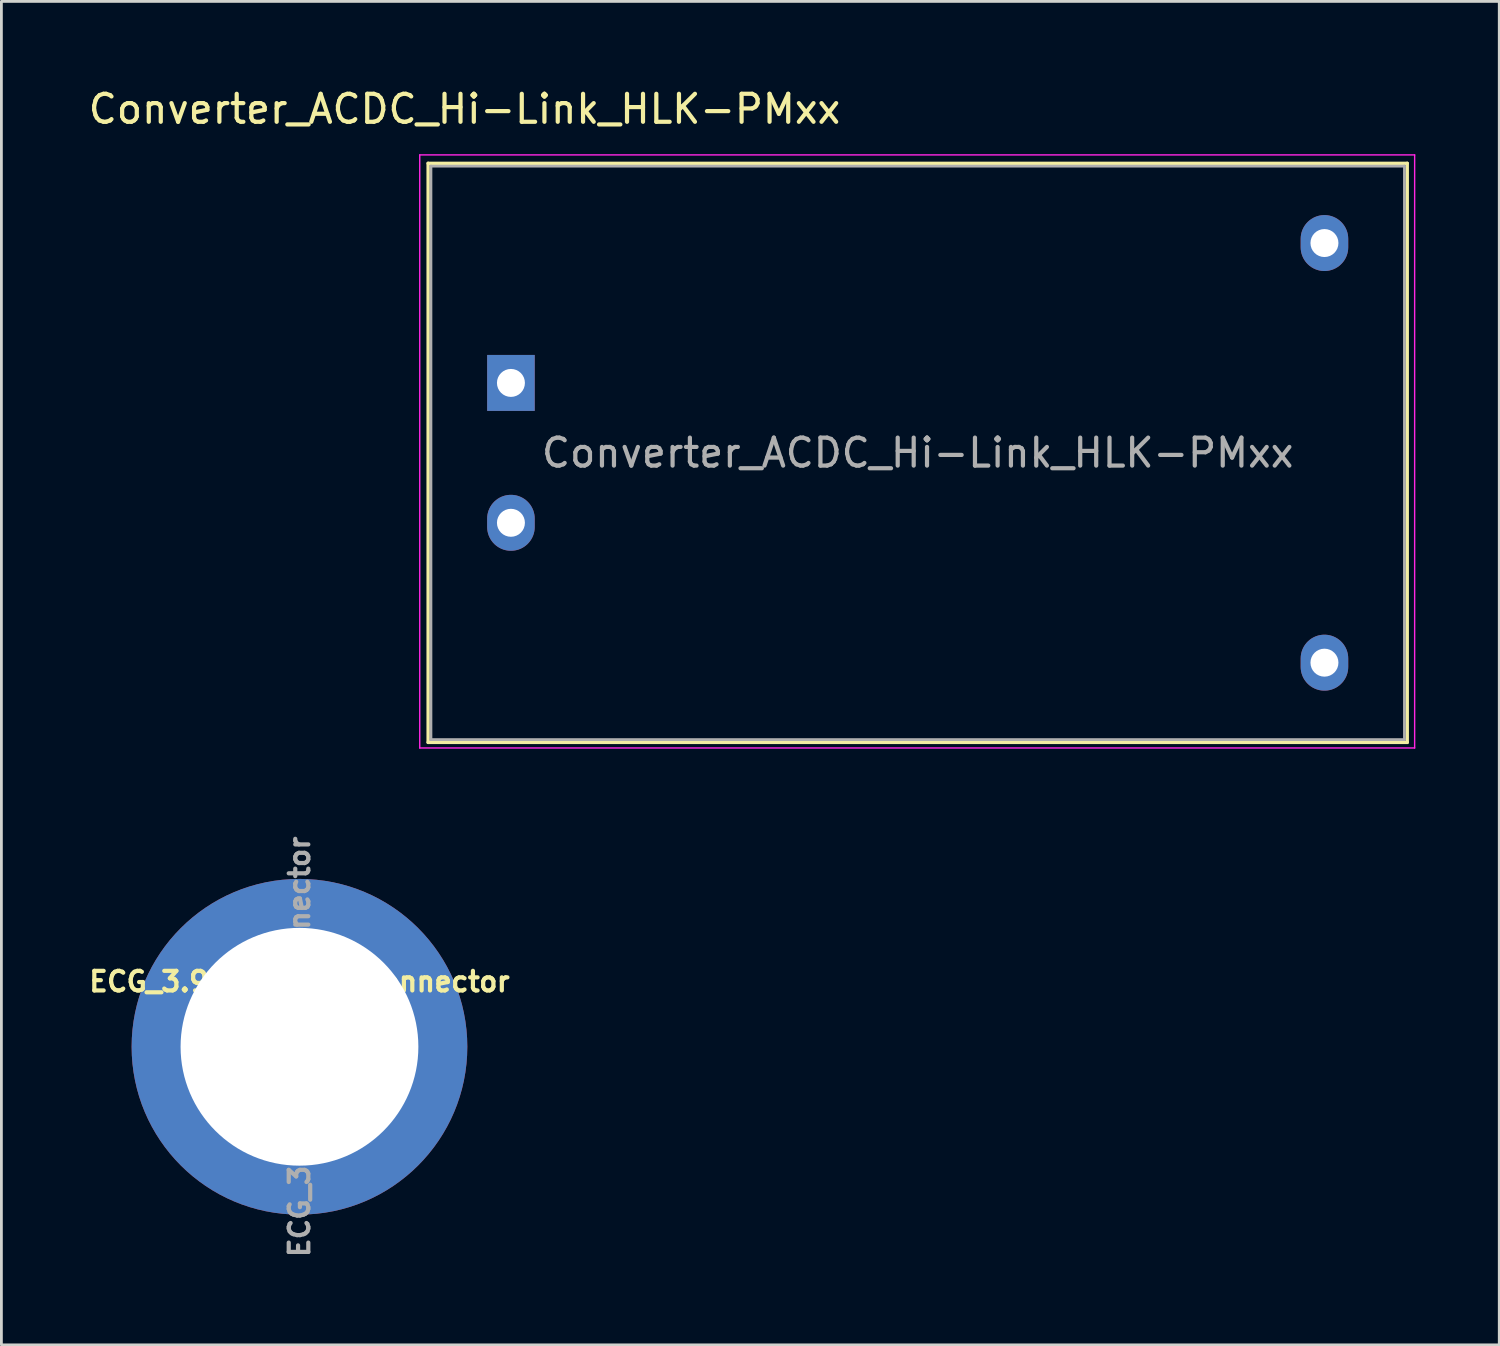
<source format=kicad_pcb>
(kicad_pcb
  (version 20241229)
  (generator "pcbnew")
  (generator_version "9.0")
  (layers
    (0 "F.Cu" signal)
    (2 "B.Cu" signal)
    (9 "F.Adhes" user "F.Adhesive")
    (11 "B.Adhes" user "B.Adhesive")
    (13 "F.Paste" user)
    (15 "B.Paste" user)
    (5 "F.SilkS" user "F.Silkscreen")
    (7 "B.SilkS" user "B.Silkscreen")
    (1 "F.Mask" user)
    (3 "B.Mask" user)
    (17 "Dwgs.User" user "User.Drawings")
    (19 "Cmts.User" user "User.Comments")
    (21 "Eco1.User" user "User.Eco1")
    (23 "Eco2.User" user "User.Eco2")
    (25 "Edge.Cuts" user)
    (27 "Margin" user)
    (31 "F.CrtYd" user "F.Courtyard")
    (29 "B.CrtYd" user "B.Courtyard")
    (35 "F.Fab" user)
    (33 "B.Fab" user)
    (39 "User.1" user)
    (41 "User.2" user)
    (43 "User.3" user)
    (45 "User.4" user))
  (footprint "ECG_3.9mm_Snap_Connector"
    (layer "F.Cu")
    (at 7.655 34.368)
    (property "Reference" "ECG_3.9mm_Snap_Connector" (at 0 -2.33 0) (layer "F.SilkS") (effects (font (size 0.7 0.7) (thickness 0.15))))
    (attr through_hole)
    (fp_line (start -1.33 -1.33) (end 0 -1.33) (stroke (width 0.12) (type solid)) (layer "F.SilkS"))
    (fp_line (start -1.33 0) (end -1.33 -1.33) (stroke (width 0.12) (type solid)) (layer "F.SilkS"))
    (fp_line (start -1.33 1.27) (end -1.33 1.33) (stroke (width 0.12) (type solid)) (layer "F.SilkS"))
    (fp_line (start -1.33 1.27) (end 1.33 1.27) (stroke (width 0.12) (type solid)) (layer "F.SilkS"))
    (fp_line (start -1.33 1.33) (end 1.33 1.33) (stroke (width 0.12) (type solid)) (layer "F.SilkS"))
    (fp_line (start 1.33 1.27) (end 1.33 1.33) (stroke (width 0.12) (type solid)) (layer "F.SilkS"))
    (fp_line (start -1.8 -1.8) (end -1.8 1.8) (stroke (width 0.05) (type solid)) (layer "F.CrtYd"))
    (fp_line (start -1.8 1.8) (end 1.8 1.8) (stroke (width 0.05) (type solid)) (layer "F.CrtYd"))
    (fp_line (start 1.8 -1.8) (end -1.8 -1.8) (stroke (width 0.05) (type solid)) (layer "F.CrtYd"))
    (fp_line (start 1.8 1.8) (end 1.8 -1.8) (stroke (width 0.05) (type solid)) (layer "F.CrtYd"))
    (fp_line (start -1.27 -0.635) (end -0.635 -1.27) (stroke (width 0.1) (type solid)) (layer "F.Fab"))
    (fp_line (start -1.27 1.27) (end -1.27 -0.635) (stroke (width 0.1) (type solid)) (layer "F.Fab"))
    (fp_line (start -0.635 -1.27) (end 1.27 -1.27) (stroke (width 0.1) (type solid)) (layer "F.Fab"))
    (fp_line (start 1.27 -1.27) (end 1.27 1.27) (stroke (width 0.1) (type solid)) (layer "F.Fab"))
    (fp_line (start 1.27 1.27) (end -1.27 1.27) (stroke (width 0.1) (type solid)) (layer "F.Fab"))
    (fp_text user "${REFERENCE}" (at 0 0 90) (layer "F.Fab") (effects (font (size 0.7 0.7) (thickness 0.15))))
    (pad "1" thru_hole circle (at 0 0) (size 12 12) (drill 8.5) (layers "*.Cu" "*.Mask")))
  (footprint "Converter_ACDC_Hi-Link_HLK-PMxx"
    (layer "F.Cu")
    (at 15.214 10.638)
    (property "Reference" "Converter_ACDC_Hi-Link_HLK-PMxx" (at -1.66 -9.79 0) (layer "F.SilkS") (effects (font (size 1 1) (thickness 0.15))))
    (attr through_hole)
    (fp_line (start -2.96 -7.85) (end -2.96 12.85) (stroke (width 0.12) (type solid)) (layer "F.SilkS"))
    (fp_line (start -2.96 -7.85) (end 32.04 -7.85) (stroke (width 0.12) (type solid)) (layer "F.SilkS"))
    (fp_line (start -2.96 12.85) (end 32.04 12.85) (stroke (width 0.12) (type solid)) (layer "F.SilkS"))
    (fp_line (start 32.04 -7.85) (end 32.04 12.85) (stroke (width 0.12) (type solid)) (layer "F.SilkS"))
    (fp_line (start -3.26 -8.15) (end -3.26 13.05) (stroke (width 0.05) (type solid)) (layer "F.CrtYd"))
    (fp_line (start -3.26 -8.15) (end 32.304 -8.15) (stroke (width 0.05) (type solid)) (layer "F.CrtYd"))
    (fp_line (start -3.26 13.05) (end 32.304 13.05) (stroke (width 0.05) (type solid)) (layer "F.CrtYd"))
    (fp_line (start 32.304 -8.15) (end 32.304 13.05) (stroke (width 0.05) (type solid)) (layer "F.CrtYd"))
    (fp_line (start -2.86 -7.75) (end 31.94 -7.75) (stroke (width 0.1) (type solid)) (layer "F.Fab"))
    (fp_line (start -2.86 12.75) (end -2.86 -7.75) (stroke (width 0.1) (type solid)) (layer "F.Fab"))
    (fp_line (start 31.94 -7.75) (end 31.94 12.75) (stroke (width 0.1) (type solid)) (layer "F.Fab"))
    (fp_line (start 31.94 12.75) (end -2.86 12.75) (stroke (width 0.1) (type solid)) (layer "F.Fab"))
    (fp_text user "${REFERENCE}" (at 14.54 2.5 0) (layer "F.Fab") (effects (font (size 1 1) (thickness 0.15))))
    (pad "1" thru_hole rect (at 0 0) (size 1.7 2) (drill 1) (layers "*.Cu" "*.Mask"))
    (pad "2" thru_hole oval (at 0 5) (size 1.7 2) (drill 1) (layers "*.Cu" "*.Mask"))
    (pad "3" thru_hole oval (at 29.08 -5) (size 1.7 2) (drill 1) (layers "*.Cu" "*.Mask"))
    (pad "4" thru_hole oval (at 29.08 10) (size 1.7 2) (drill 1) (layers "*.Cu" "*.Mask")))
  (gr_rect
    (start -3 -3)
    (end 50.543 45.023)
    (stroke (width 0.1) (type default))
    (fill no)
    (layer "Edge.Cuts")))
</source>
